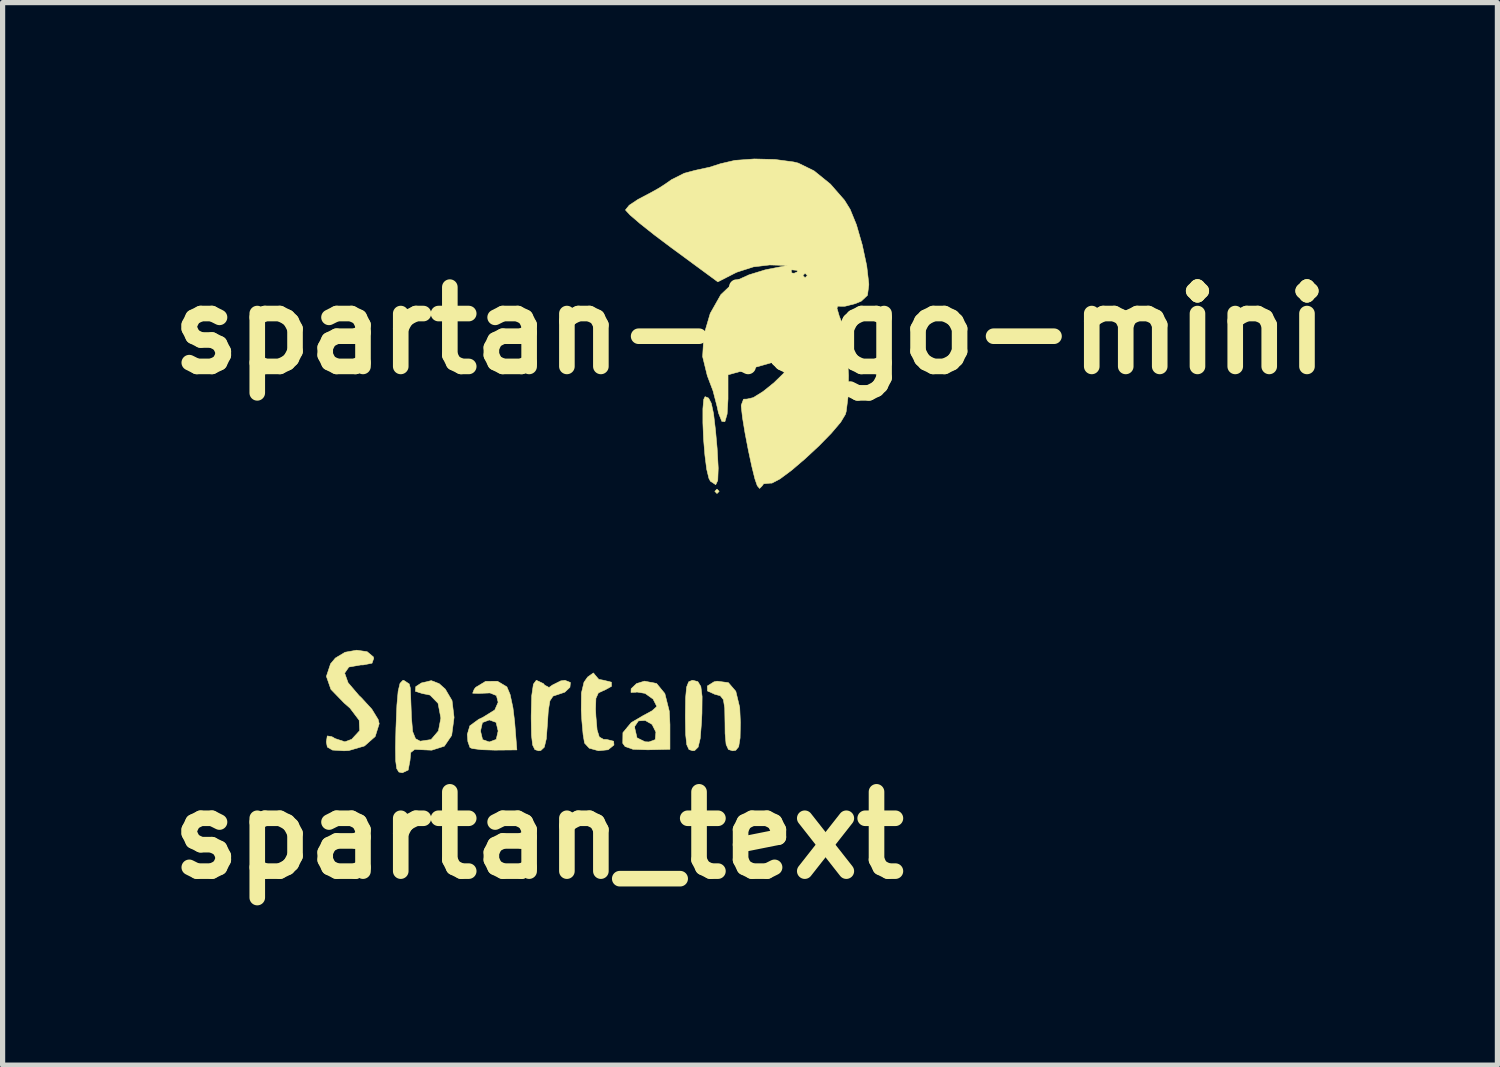
<source format=kicad_pcb>
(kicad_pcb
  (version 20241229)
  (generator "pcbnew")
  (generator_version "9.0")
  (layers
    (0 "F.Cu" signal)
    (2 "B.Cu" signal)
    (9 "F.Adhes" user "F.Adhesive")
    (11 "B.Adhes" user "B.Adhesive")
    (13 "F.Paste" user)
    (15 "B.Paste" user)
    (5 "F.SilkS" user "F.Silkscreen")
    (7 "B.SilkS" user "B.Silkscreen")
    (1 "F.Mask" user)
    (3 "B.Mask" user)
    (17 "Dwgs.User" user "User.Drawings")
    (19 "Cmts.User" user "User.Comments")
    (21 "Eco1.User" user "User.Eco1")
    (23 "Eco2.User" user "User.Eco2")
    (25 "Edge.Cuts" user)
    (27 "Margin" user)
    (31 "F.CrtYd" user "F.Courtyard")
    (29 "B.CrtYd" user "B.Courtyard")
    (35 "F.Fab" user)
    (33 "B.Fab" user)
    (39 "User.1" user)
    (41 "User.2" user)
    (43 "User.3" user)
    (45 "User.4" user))
  (footprint "spartan_text"
    (layer "F.Cu")
    (at 7.201 10.533)
    (property "Reference" "spartan_text" (at 0.1 2.47 0) (layer "F.SilkS") (effects (font (size 1.524 1.524) (thickness 0.3))))
    (attr through_hole)
    (fp_poly (pts (xy 3.161 -0.483) (xy 3.219 -0.389) (xy 3.243 -0.196) (xy 3.24 0.124) (xy 3.231 0.306) (xy 3.207 0.608) (xy 3.167 0.776) (xy 3.101 0.841) (xy 3.062 0.846) (xy 2.991 0.823) (xy 2.948 0.73) (xy 2.927 0.536) (xy 2.921 0.209) (xy 2.921 0.169) (xy 2.926 -0.173) (xy 2.945 -0.378) (xy 2.985 -0.479) (xy 3.053 -0.508) (xy 3.063 -0.508) (xy 3.161 -0.483)) (stroke (width 0.01) (type solid)) (fill yes) (layer "F.SilkS"))
    (fp_poly (pts (xy 3.748 -0.463) (xy 3.891 -0.296) (xy 3.966 0.015) (xy 3.979 0.302) (xy 3.973 0.601) (xy 3.946 0.768) (xy 3.89 0.837) (xy 3.831 0.847) (xy 3.749 0.822) (xy 3.704 0.723) (xy 3.685 0.514) (xy 3.683 0.318) (xy 3.678 0.027) (xy 3.652 -0.136) (xy 3.593 -0.211) (xy 3.488 -0.239) (xy 3.346 -0.303) (xy 3.344 -0.399) (xy 3.472 -0.479) (xy 3.531 -0.491) (xy 3.748 -0.463)) (stroke (width 0.01) (type solid)) (fill yes) (layer "F.SilkS"))
    (fp_poly (pts (xy 0.193 -0.445) (xy 0.216 -0.416) (xy 0.301 -0.37) (xy 0.365 -0.416) (xy 0.526 -0.497) (xy 0.607 -0.508) (xy 0.712 -0.466) (xy 0.703 -0.374) (xy 0.604 -0.28) (xy 0.48 -0.238) (xy 0.378 -0.204) (xy 0.318 -0.114) (xy 0.287 0.074) (xy 0.271 0.318) (xy 0.249 0.615) (xy 0.21 0.778) (xy 0.143 0.841) (xy 0.102 0.847) (xy 0.029 0.824) (xy -0.014 0.736) (xy -0.036 0.549) (xy -0.042 0.23) (xy -0.042 0.169) (xy -0.032 -0.211) (xy 0.000464 -0.433) (xy 0.056 -0.508) (xy 0.059 -0.508) (xy 0.193 -0.445)) (stroke (width 0.01) (type solid)) (fill yes) (layer "F.SilkS"))
    (fp_poly (pts (xy 1.185 -0.611) (xy 1.256 -0.527) (xy 1.355 -0.508) (xy 1.5 -0.472) (xy 1.502 -0.392) (xy 1.362 -0.316) (xy 1.35 -0.313) (xy 1.249 -0.265) (xy 1.202 -0.161) (xy 1.195 0.044) (xy 1.202 0.184) (xy 1.225 0.447) (xy 1.267 0.581) (xy 1.347 0.627) (xy 1.41 0.629) (xy 1.543 0.663) (xy 1.549 0.735) (xy 1.437 0.827) (xy 1.252 0.846) (xy 1.074 0.797) (xy 0.984 0.699) (xy 0.956 0.535) (xy 0.932 0.27) (xy 0.92 0.061) (xy 0.924 -0.266) (xy 0.973 -0.471) (xy 1.043 -0.571) (xy 1.154 -0.65) (xy 1.185 -0.611)) (stroke (width 0.01) (type solid)) (fill yes) (layer "F.SilkS"))
    (fp_poly (pts (xy -0.509 -0.382) (xy -0.447 -0.235) (xy -0.392 0.022) (xy -0.36 0.287) (xy -0.317 0.83) (xy -0.742 0.834) (xy -0.996 0.826) (xy -1.174 0.803) (xy -1.218 0.785) (xy -1.259 0.669) (xy -1.27 0.532) (xy -1.25 0.466) (xy -1.016 0.466) (xy -0.976 0.632) (xy -0.847 0.677) (xy -0.714 0.628) (xy -0.677 0.466) (xy -0.717 0.3) (xy -0.847 0.254) (xy -0.979 0.304) (xy -1.016 0.466) (xy -1.25 0.466) (xy -1.221 0.366) (xy -1.048 0.24) (xy -0.974 0.206) (xy -0.742 0.062) (xy -0.677 -0.086) (xy -0.71 -0.215) (xy -0.833 -0.265) (xy -1.054 -0.256) (xy -1.167 -0.26) (xy -1.137 -0.336) (xy -1.108 -0.373) (xy -0.918 -0.488) (xy -0.69 -0.49) (xy -0.509 -0.382)) (stroke (width 0.01) (type solid)) (fill yes) (layer "F.SilkS"))
    (fp_poly (pts (xy -3.195 -1.058) (xy -3.076 -0.959) (xy -3.068 -0.93) (xy -3.101 -0.837) (xy -3.268 -0.804) (xy -3.319 -0.803) (xy -3.546 -0.763) (xy -3.627 -0.646) (xy -3.561 -0.461) (xy -3.35 -0.214) (xy -3.309 -0.176) (xy -3.105 0.046) (xy -2.983 0.245) (xy -2.963 0.326) (xy -3.04 0.572) (xy -3.246 0.754) (xy -3.547 0.842) (xy -3.641 0.847) (xy -3.862 0.833) (xy -3.96 0.775) (xy -3.979 0.677) (xy -3.961 0.561) (xy -3.874 0.575) (xy -3.81 0.612) (xy -3.623 0.674) (xy -3.492 0.626) (xy -3.338 0.459) (xy -3.348 0.26) (xy -3.523 0.028) (xy -3.637 -0.072) (xy -3.891 -0.334) (xy -3.978 -0.584) (xy -3.898 -0.825) (xy -3.805 -0.936) (xy -3.62 -1.047) (xy -3.396 -1.087) (xy -3.195 -1.058)) (stroke (width 0.01) (type solid)) (fill yes) (layer "F.SilkS"))
    (fp_poly (pts (xy 2.368 -0.447) (xy 2.527 -0.253) (xy 2.612 0.085) (xy 2.625 0.343) (xy 2.625 0.818) (xy 2.197 0.828) (xy 1.915 0.818) (xy 1.763 0.765) (xy 1.718 0.703) (xy 1.721 0.498) (xy 1.8 0.403) (xy 1.947 0.403) (xy 1.992 0.598) (xy 2.146 0.673) (xy 2.221 0.677) (xy 2.342 0.632) (xy 2.355 0.487) (xy 2.281 0.339) (xy 2.15 0.264) (xy 2.019 0.272) (xy 1.949 0.376) (xy 1.947 0.403) (xy 1.8 0.403) (xy 1.881 0.305) (xy 2.102 0.175) (xy 2.281 0.078) (xy 2.369 -0.001) (xy 2.371 -0.009) (xy 2.301 -0.147) (xy 2.146 -0.257) (xy 1.988 -0.283) (xy 1.976 -0.279) (xy 1.876 -0.275) (xy 1.879 -0.346) (xy 1.984 -0.446) (xy 2.136 -0.492) (xy 2.368 -0.447)) (stroke (width 0.01) (type solid)) (fill yes) (layer "F.SilkS"))
    (fp_poly (pts (xy -2.386 -0.438) (xy -2.365 -0.36) (xy -2.358 -0.19) (xy -2.348 0.072) (xy -2.343 0.21) (xy -2.32 0.477) (xy -2.265 0.614) (xy -2.176 0.662) (xy -1.966 0.631) (xy -1.825 0.465) (xy -1.778 0.218) (xy -1.832 -0.066) (xy -1.986 -0.224) (xy -2.134 -0.254) (xy -2.267 -0.296) (xy -2.261 -0.386) (xy -2.152 -0.457) (xy -1.962 -0.502) (xy -1.811 -0.444) (xy -1.693 -0.339) (xy -1.563 -0.118) (xy -1.524 0.206) (xy -1.57 0.551) (xy -1.711 0.758) (xy -1.953 0.835) (xy -2.088 0.829) (xy -2.28 0.82) (xy -2.357 0.88) (xy -2.371 1.033) (xy -2.406 1.217) (xy -2.519 1.27) (xy -2.585 1.255) (xy -2.626 1.189) (xy -2.646 1.043) (xy -2.65 0.788) (xy -2.641 0.394) (xy -2.64 0.381) (xy -2.623 -0.031) (xy -2.599 -0.299) (xy -2.563 -0.449) (xy -2.511 -0.505) (xy -2.492 -0.508) (xy -2.386 -0.438)) (stroke (width 0.01) (type solid)) (fill yes) (layer "F.SilkS")))
  (footprint "spartan-logo-mini"
    (layer "F.Cu")
    (at 11.365 3.303)
    (property "Reference" "spartan-logo-mini" (at 0 0 0) (layer "F.SilkS") (effects (font (size 1.524 1.524) (thickness 0.3))))
    (attr through_hole)
    (fp_poly (pts (xy -0.593 3.09) (xy -0.635 3.133) (xy -0.677 3.09) (xy -0.635 3.048) (xy -0.593 3.09)) (stroke (width 0.01) (type solid)) (fill yes) (layer "F.SilkS"))
    (fp_poly (pts (xy -0.796 1.298) (xy -0.744 1.399) (xy -0.701 1.598) (xy -0.663 1.921) (xy -0.632 2.265) (xy -0.611 2.643) (xy -0.62 2.88) (xy -0.659 2.963) (xy -0.659 2.963) (xy -0.761 2.896) (xy -0.79 2.842) (xy -0.833 2.665) (xy -0.867 2.398) (xy -0.893 2.086) (xy -0.906 1.773) (xy -0.906 1.504) (xy -0.89 1.323) (xy -0.864 1.27) (xy -0.796 1.298)) (stroke (width 0.01) (type solid)) (fill yes) (layer "F.SilkS"))
    (fp_poly (pts (xy 0.48 -3.288) (xy 0.834 -3.241) (xy 0.926 -3.219) (xy 1.23 -3.07) (xy 1.545 -2.815) (xy 1.815 -2.506) (xy 1.924 -2.33) (xy 2.045 -2.034) (xy 2.157 -1.646) (xy 2.243 -1.244) (xy 2.282 -0.906) (xy 2.283 -0.876) (xy 2.257 -0.677) (xy 2.138 -0.565) (xy 2.022 -0.517) (xy 1.821 -0.466) (xy 1.691 -0.468) (xy 1.687 -0.47) (xy 1.671 -0.43) (xy 1.715 -0.278) (xy 1.748 -0.194) (xy 1.821 0.077) (xy 1.87 0.45) (xy 1.893 0.862) (xy 1.887 1.25) (xy 1.849 1.552) (xy 1.834 1.609) (xy 1.742 1.762) (xy 1.561 1.975) (xy 1.322 2.219) (xy 1.057 2.465) (xy 0.798 2.686) (xy 0.576 2.851) (xy 0.422 2.932) (xy 0.383 2.933) (xy 0.261 2.945) (xy 0.233 2.985) (xy 0.184 3.035) (xy 0.139 2.982) (xy 0.094 2.852) (xy 0.033 2.606) (xy -0.034 2.293) (xy -0.097 1.964) (xy -0.145 1.671) (xy -0.168 1.464) (xy -0.169 1.435) (xy -0.125 1.319) (xy -0.06 1.317) (xy 0.062 1.289) (xy 0.25 1.172) (xy 0.458 1.005) (xy 0.64 0.828) (xy 0.749 0.678) (xy 0.762 0.631) (xy 0.704 0.545) (xy 0.656 0.547) (xy 0.521 0.587) (xy 0.282 0.655) (xy 0.064 0.716) (xy -0.423 0.851) (xy -0.423 1.315) (xy -0.44 1.604) (xy -0.483 1.751) (xy -0.542 1.746) (xy -0.606 1.584) (xy -0.633 1.46) (xy -0.711 1.159) (xy -0.82 0.871) (xy -0.822 0.865) (xy -0.911 0.501) (xy -0.887 0.086) (xy -0.765 -0.329) (xy -0.561 -0.69) (xy -0.292 -0.945) (xy -0.275 -0.956) (xy -0.047 -1.058) (xy 1.016 -1.058) (xy 1.058 -1.016) (xy 1.101 -1.058) (xy 1.058 -1.101) (xy 1.016 -1.058) (xy -0.047 -1.058) (xy -0.02 -1.071) (xy 0.261 -1.157) (xy 0.79 -1.157) (xy 0.802 -1.107) (xy 0.847 -1.101) (xy 0.916 -1.132) (xy 0.903 -1.157) (xy 0.803 -1.167) (xy 0.79 -1.157) (xy 0.261 -1.157) (xy 0.286 -1.165) (xy 0.352 -1.179) (xy 0.72 -1.251) (xy 0.378 -1.261) (xy 0.065 -1.224) (xy -0.253 -1.122) (xy -0.292 -1.103) (xy -0.619 -0.936) (xy -1.509 -1.59) (xy -1.84 -1.839) (xy -2.115 -2.057) (xy -2.307 -2.222) (xy -2.391 -2.313) (xy -2.393 -2.32) (xy -2.321 -2.409) (xy -2.155 -2.519) (xy -2.146 -2.524) (xy -1.903 -2.652) (xy -1.751 -2.737) (xy -1.633 -2.813) (xy -1.509 -2.9) (xy -1.264 -3.023) (xy -1.052 -3.08) (xy -0.778 -3.139) (xy -0.566 -3.207) (xy -0.29 -3.271) (xy 0.082 -3.298) (xy 0.48 -3.288)) (stroke (width 0.01) (type solid)) (fill yes) (layer "F.SilkS")))
  (gr_rect
    (start -3 -3)
    (end 25.729 17.421)
    (stroke (width 0.1) (type default))
    (fill no)
    (layer "Edge.Cuts")))
</source>
